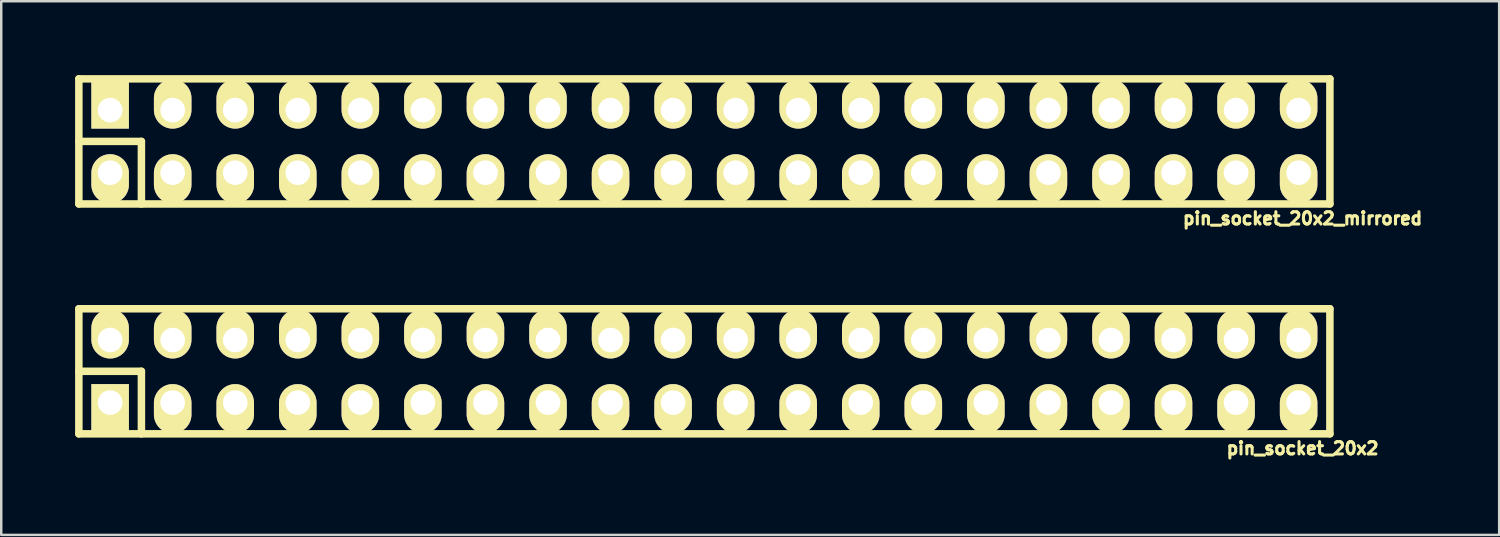
<source format=kicad_pcb>
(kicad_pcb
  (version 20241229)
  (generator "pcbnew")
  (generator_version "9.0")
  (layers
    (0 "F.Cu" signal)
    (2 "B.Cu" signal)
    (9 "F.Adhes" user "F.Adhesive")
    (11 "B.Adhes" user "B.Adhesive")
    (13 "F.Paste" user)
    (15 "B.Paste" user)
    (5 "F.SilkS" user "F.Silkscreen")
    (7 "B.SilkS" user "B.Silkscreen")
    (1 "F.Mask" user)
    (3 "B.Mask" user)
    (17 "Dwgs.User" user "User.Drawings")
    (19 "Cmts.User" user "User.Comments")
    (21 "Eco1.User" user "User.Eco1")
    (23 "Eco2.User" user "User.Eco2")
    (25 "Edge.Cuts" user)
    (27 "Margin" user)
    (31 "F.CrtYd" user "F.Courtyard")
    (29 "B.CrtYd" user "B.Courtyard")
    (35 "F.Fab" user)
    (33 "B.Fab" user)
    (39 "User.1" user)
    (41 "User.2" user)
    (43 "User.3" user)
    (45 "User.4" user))
  (footprint "pin_socket_20x2_mirrored"
    (layer "F.Cu")
    (at 25.552 2.692)
    (property "Reference" "pin_socket_20x2_mirrored" (at 24.29 3.13 0) (layer "F.SilkS") (effects (font (size 0.5 0.5) (thickness 0.125))))
    (attr through_hole)
    (fp_line (start -25.4 -2.54) (end -25.4 2.54) (stroke (width 0.305) (type solid)) (layer "F.SilkS"))
    (fp_line (start -25.4 -2.54) (end 25.4 -2.54) (stroke (width 0.305) (type solid)) (layer "F.SilkS"))
    (fp_line (start -25.4 0) (end -22.86 0) (stroke (width 0.305) (type solid)) (layer "F.SilkS"))
    (fp_line (start -22.86 0) (end -22.86 2.54) (stroke (width 0.305) (type solid)) (layer "F.SilkS"))
    (fp_line (start 25.4 2.54) (end -25.4 2.54) (stroke (width 0.305) (type solid)) (layer "F.SilkS"))
    (fp_line (start 25.4 2.54) (end 25.4 -2.54) (stroke (width 0.305) (type solid)) (layer "F.SilkS"))
    (pad "1" thru_hole rect (at -24.13 -1.27) (size 1.524 1.999) (drill 1.001 (offset 0 -0.249)) (layers "*.Cu" "*.Mask" "F.SilkS"))
    (pad "2" thru_hole oval (at -24.13 1.27) (size 1.524 1.999) (drill 1.001 (offset 0 0.249)) (layers "*.Cu" "*.Mask" "F.SilkS"))
    (pad "3" thru_hole oval (at -21.59 -1.27) (size 1.524 1.999) (drill 1.001 (offset 0 -0.249)) (layers "*.Cu" "*.Mask" "F.SilkS"))
    (pad "4" thru_hole oval (at -21.59 1.27) (size 1.524 1.999) (drill 1.001 (offset 0 0.249)) (layers "*.Cu" "*.Mask" "F.SilkS"))
    (pad "5" thru_hole oval (at -19.05 -1.27) (size 1.524 1.999) (drill 1.001 (offset 0 -0.249)) (layers "*.Cu" "*.Mask" "F.SilkS"))
    (pad "6" thru_hole oval (at -19.05 1.27) (size 1.524 1.999) (drill 1.001 (offset 0 0.249)) (layers "*.Cu" "*.Mask" "F.SilkS"))
    (pad "7" thru_hole oval (at -16.51 -1.27) (size 1.524 1.999) (drill 1.001 (offset 0 -0.249)) (layers "*.Cu" "*.Mask" "F.SilkS"))
    (pad "8" thru_hole oval (at -16.51 1.27) (size 1.524 1.999) (drill 1.001 (offset 0 0.249)) (layers "*.Cu" "*.Mask" "F.SilkS"))
    (pad "9" thru_hole oval (at -13.97 -1.27) (size 1.524 1.999) (drill 1.001 (offset 0 -0.249)) (layers "*.Cu" "*.Mask" "F.SilkS"))
    (pad "10" thru_hole oval (at -13.97 1.27) (size 1.524 1.999) (drill 1.001 (offset 0 0.249)) (layers "*.Cu" "*.Mask" "F.SilkS"))
    (pad "11" thru_hole oval (at -11.43 -1.27) (size 1.524 1.999) (drill 1.001 (offset 0 -0.249)) (layers "*.Cu" "*.Mask" "F.SilkS"))
    (pad "12" thru_hole oval (at -11.43 1.27) (size 1.524 1.999) (drill 1.001 (offset 0 0.249)) (layers "*.Cu" "*.Mask" "F.SilkS"))
    (pad "13" thru_hole oval (at -8.89 -1.27) (size 1.524 1.999) (drill 1.001 (offset 0 -0.249)) (layers "*.Cu" "*.Mask" "F.SilkS"))
    (pad "14" thru_hole oval (at -8.89 1.27) (size 1.524 1.999) (drill 1.001 (offset 0 0.249)) (layers "*.Cu" "*.Mask" "F.SilkS"))
    (pad "15" thru_hole oval (at -6.35 -1.27) (size 1.524 1.999) (drill 1.001 (offset 0 -0.249)) (layers "*.Cu" "*.Mask" "F.SilkS"))
    (pad "16" thru_hole oval (at -6.35 1.27) (size 1.524 1.999) (drill 1.001 (offset 0 0.249)) (layers "*.Cu" "*.Mask" "F.SilkS"))
    (pad "17" thru_hole oval (at -3.81 -1.27) (size 1.524 1.999) (drill 1.001 (offset 0 -0.249)) (layers "*.Cu" "*.Mask" "F.SilkS"))
    (pad "18" thru_hole oval (at -3.81 1.27) (size 1.524 1.999) (drill 1.001 (offset 0 0.249)) (layers "*.Cu" "*.Mask" "F.SilkS"))
    (pad "19" thru_hole oval (at -1.27 -1.27) (size 1.524 1.999) (drill 1.001 (offset 0 -0.249)) (layers "*.Cu" "*.Mask" "F.SilkS"))
    (pad "20" thru_hole oval (at -1.27 1.27) (size 1.524 1.999) (drill 1.001 (offset 0 0.249)) (layers "*.Cu" "*.Mask" "F.SilkS"))
    (pad "21" thru_hole oval (at 1.27 -1.27) (size 1.524 1.999) (drill 1.001 (offset 0 -0.249)) (layers "*.Cu" "*.Mask" "F.SilkS"))
    (pad "22" thru_hole oval (at 1.27 1.27) (size 1.524 1.999) (drill 1.001 (offset 0 0.249)) (layers "*.Cu" "*.Mask" "F.SilkS"))
    (pad "23" thru_hole oval (at 3.81 -1.27) (size 1.524 1.999) (drill 1.001 (offset 0 -0.249)) (layers "*.Cu" "*.Mask" "F.SilkS"))
    (pad "24" thru_hole oval (at 3.81 1.27) (size 1.524 1.999) (drill 1.001 (offset 0 0.249)) (layers "*.Cu" "*.Mask" "F.SilkS"))
    (pad "25" thru_hole oval (at 6.35 -1.27) (size 1.524 1.999) (drill 1.001 (offset 0 -0.249)) (layers "*.Cu" "*.Mask" "F.SilkS"))
    (pad "26" thru_hole oval (at 6.35 1.27) (size 1.524 1.999) (drill 1.001 (offset 0 0.249)) (layers "*.Cu" "*.Mask" "F.SilkS"))
    (pad "27" thru_hole oval (at 8.89 -1.27) (size 1.524 1.999) (drill 1.001 (offset 0 -0.249)) (layers "*.Cu" "*.Mask" "F.SilkS"))
    (pad "28" thru_hole oval (at 8.89 1.27) (size 1.524 1.999) (drill 1.001 (offset 0 0.249)) (layers "*.Cu" "*.Mask" "F.SilkS"))
    (pad "29" thru_hole oval (at 11.43 -1.27) (size 1.524 1.999) (drill 1.001 (offset 0 -0.249)) (layers "*.Cu" "*.Mask" "F.SilkS"))
    (pad "30" thru_hole oval (at 11.43 1.27) (size 1.524 1.999) (drill 1.001 (offset 0 0.249)) (layers "*.Cu" "*.Mask" "F.SilkS"))
    (pad "31" thru_hole oval (at 13.97 -1.27) (size 1.524 1.999) (drill 1.001 (offset 0 -0.249)) (layers "*.Cu" "*.Mask" "F.SilkS"))
    (pad "32" thru_hole oval (at 13.97 1.27) (size 1.524 1.999) (drill 1.001 (offset 0 0.249)) (layers "*.Cu" "*.Mask" "F.SilkS"))
    (pad "33" thru_hole oval (at 16.51 -1.27) (size 1.524 1.999) (drill 1.001 (offset 0 -0.249)) (layers "*.Cu" "*.Mask" "F.SilkS"))
    (pad "34" thru_hole oval (at 16.51 1.27) (size 1.524 1.999) (drill 1.001 (offset 0 0.249)) (layers "*.Cu" "*.Mask" "F.SilkS"))
    (pad "35" thru_hole oval (at 19.05 -1.27) (size 1.524 1.999) (drill 1.001 (offset 0 -0.249)) (layers "*.Cu" "*.Mask" "F.SilkS"))
    (pad "36" thru_hole oval (at 19.05 1.27) (size 1.524 1.999) (drill 1.001 (offset 0 0.249)) (layers "*.Cu" "*.Mask" "F.SilkS"))
    (pad "37" thru_hole oval (at 21.59 -1.27) (size 1.524 1.999) (drill 1.001 (offset 0 -0.249)) (layers "*.Cu" "*.Mask" "F.SilkS"))
    (pad "38" thru_hole oval (at 21.59 1.27) (size 1.524 1.999) (drill 1.001 (offset 0 0.249)) (layers "*.Cu" "*.Mask" "F.SilkS"))
    (pad "39" thru_hole oval (at 24.13 -1.27) (size 1.524 1.999) (drill 1.001 (offset 0 -0.249)) (layers "*.Cu" "*.Mask" "F.SilkS"))
    (pad "40" thru_hole oval (at 24.13 1.27) (size 1.524 1.999) (drill 1.001 (offset 0 0.249)) (layers "*.Cu" "*.Mask" "F.SilkS")))
  (footprint "pin_socket_20x2"
    (layer "F.Cu")
    (at 25.552 12.027)
    (property "Reference" "pin_socket_20x2" (at 24.29 3.13 0) (layer "F.SilkS") (effects (font (size 0.5 0.5) (thickness 0.125))))
    (attr through_hole)
    (fp_line (start -25.4 -2.54) (end -25.4 2.54) (stroke (width 0.305) (type solid)) (layer "F.SilkS"))
    (fp_line (start -25.4 -2.54) (end 25.4 -2.54) (stroke (width 0.305) (type solid)) (layer "F.SilkS"))
    (fp_line (start -25.4 0) (end -22.86 0) (stroke (width 0.305) (type solid)) (layer "F.SilkS"))
    (fp_line (start -22.86 0) (end -22.86 2.54) (stroke (width 0.305) (type solid)) (layer "F.SilkS"))
    (fp_line (start 25.4 2.54) (end -25.4 2.54) (stroke (width 0.305) (type solid)) (layer "F.SilkS"))
    (fp_line (start 25.4 2.54) (end 25.4 -2.54) (stroke (width 0.305) (type solid)) (layer "F.SilkS"))
    (pad "1" thru_hole rect (at -24.13 1.27) (size 1.524 1.999) (drill 1.001 (offset 0 0.249)) (layers "*.Cu" "*.Mask" "F.SilkS"))
    (pad "2" thru_hole oval (at -24.13 -1.27) (size 1.524 1.999) (drill 1.001 (offset 0 -0.249)) (layers "*.Cu" "*.Mask" "F.SilkS"))
    (pad "3" thru_hole oval (at -21.59 1.27) (size 1.524 1.999) (drill 1.001 (offset 0 0.249)) (layers "*.Cu" "*.Mask" "F.SilkS"))
    (pad "4" thru_hole oval (at -21.59 -1.27) (size 1.524 1.999) (drill 1.001 (offset 0 -0.249)) (layers "*.Cu" "*.Mask" "F.SilkS"))
    (pad "5" thru_hole oval (at -19.05 1.27) (size 1.524 1.999) (drill 1.001 (offset 0 0.249)) (layers "*.Cu" "*.Mask" "F.SilkS"))
    (pad "6" thru_hole oval (at -19.05 -1.27) (size 1.524 1.999) (drill 1.001 (offset 0 -0.249)) (layers "*.Cu" "*.Mask" "F.SilkS"))
    (pad "7" thru_hole oval (at -16.51 1.27) (size 1.524 1.999) (drill 1.001 (offset 0 0.249)) (layers "*.Cu" "*.Mask" "F.SilkS"))
    (pad "8" thru_hole oval (at -16.51 -1.27) (size 1.524 1.999) (drill 1.001 (offset 0 -0.249)) (layers "*.Cu" "*.Mask" "F.SilkS"))
    (pad "9" thru_hole oval (at -13.97 1.27) (size 1.524 1.999) (drill 1.001 (offset 0 0.249)) (layers "*.Cu" "*.Mask" "F.SilkS"))
    (pad "10" thru_hole oval (at -13.97 -1.27) (size 1.524 1.999) (drill 1.001 (offset 0 -0.249)) (layers "*.Cu" "*.Mask" "F.SilkS"))
    (pad "11" thru_hole oval (at -11.43 1.27) (size 1.524 1.999) (drill 1.001 (offset 0 0.249)) (layers "*.Cu" "*.Mask" "F.SilkS"))
    (pad "12" thru_hole oval (at -11.43 -1.27) (size 1.524 1.999) (drill 1.001 (offset 0 -0.249)) (layers "*.Cu" "*.Mask" "F.SilkS"))
    (pad "13" thru_hole oval (at -8.89 1.27) (size 1.524 1.999) (drill 1.001 (offset 0 0.249)) (layers "*.Cu" "*.Mask" "F.SilkS"))
    (pad "14" thru_hole oval (at -8.89 -1.27) (size 1.524 1.999) (drill 1.001 (offset 0 -0.249)) (layers "*.Cu" "*.Mask" "F.SilkS"))
    (pad "15" thru_hole oval (at -6.35 1.27) (size 1.524 1.999) (drill 1.001 (offset 0 0.249)) (layers "*.Cu" "*.Mask" "F.SilkS"))
    (pad "16" thru_hole oval (at -6.35 -1.27) (size 1.524 1.999) (drill 1.001 (offset 0 -0.249)) (layers "*.Cu" "*.Mask" "F.SilkS"))
    (pad "17" thru_hole oval (at -3.81 1.27) (size 1.524 1.999) (drill 1.001 (offset 0 0.249)) (layers "*.Cu" "*.Mask" "F.SilkS"))
    (pad "18" thru_hole oval (at -3.81 -1.27) (size 1.524 1.999) (drill 1.001 (offset 0 -0.249)) (layers "*.Cu" "*.Mask" "F.SilkS"))
    (pad "19" thru_hole oval (at -1.27 1.27) (size 1.524 1.999) (drill 1.001 (offset 0 0.249)) (layers "*.Cu" "*.Mask" "F.SilkS"))
    (pad "20" thru_hole oval (at -1.27 -1.27) (size 1.524 1.999) (drill 1.001 (offset 0 -0.249)) (layers "*.Cu" "*.Mask" "F.SilkS"))
    (pad "21" thru_hole oval (at 1.27 1.27) (size 1.524 1.999) (drill 1.001 (offset 0 0.249)) (layers "*.Cu" "*.Mask" "F.SilkS"))
    (pad "22" thru_hole oval (at 1.27 -1.27) (size 1.524 1.999) (drill 1.001 (offset 0 -0.249)) (layers "*.Cu" "*.Mask" "F.SilkS"))
    (pad "23" thru_hole oval (at 3.81 1.27) (size 1.524 1.999) (drill 1.001 (offset 0 0.249)) (layers "*.Cu" "*.Mask" "F.SilkS"))
    (pad "24" thru_hole oval (at 3.81 -1.27) (size 1.524 1.999) (drill 1.001 (offset 0 -0.249)) (layers "*.Cu" "*.Mask" "F.SilkS"))
    (pad "25" thru_hole oval (at 6.35 1.27) (size 1.524 1.999) (drill 1.001 (offset 0 0.249)) (layers "*.Cu" "*.Mask" "F.SilkS"))
    (pad "26" thru_hole oval (at 6.35 -1.27) (size 1.524 1.999) (drill 1.001 (offset 0 -0.249)) (layers "*.Cu" "*.Mask" "F.SilkS"))
    (pad "27" thru_hole oval (at 8.89 1.27) (size 1.524 1.999) (drill 1.001 (offset 0 0.249)) (layers "*.Cu" "*.Mask" "F.SilkS"))
    (pad "28" thru_hole oval (at 8.89 -1.27) (size 1.524 1.999) (drill 1.001 (offset 0 -0.249)) (layers "*.Cu" "*.Mask" "F.SilkS"))
    (pad "29" thru_hole oval (at 11.43 1.27) (size 1.524 1.999) (drill 1.001 (offset 0 0.249)) (layers "*.Cu" "*.Mask" "F.SilkS"))
    (pad "30" thru_hole oval (at 11.43 -1.27) (size 1.524 1.999) (drill 1.001 (offset 0 -0.249)) (layers "*.Cu" "*.Mask" "F.SilkS"))
    (pad "31" thru_hole oval (at 13.97 1.27) (size 1.524 1.999) (drill 1.001 (offset 0 0.249)) (layers "*.Cu" "*.Mask" "F.SilkS"))
    (pad "32" thru_hole oval (at 13.97 -1.27) (size 1.524 1.999) (drill 1.001 (offset 0 -0.249)) (layers "*.Cu" "*.Mask" "F.SilkS"))
    (pad "33" thru_hole oval (at 16.51 1.27) (size 1.524 1.999) (drill 1.001 (offset 0 0.249)) (layers "*.Cu" "*.Mask" "F.SilkS"))
    (pad "34" thru_hole oval (at 16.51 -1.27) (size 1.524 1.999) (drill 1.001 (offset 0 -0.249)) (layers "*.Cu" "*.Mask" "F.SilkS"))
    (pad "35" thru_hole oval (at 19.05 1.27) (size 1.524 1.999) (drill 1.001 (offset 0 0.249)) (layers "*.Cu" "*.Mask" "F.SilkS"))
    (pad "36" thru_hole oval (at 19.05 -1.27) (size 1.524 1.999) (drill 1.001 (offset 0 -0.249)) (layers "*.Cu" "*.Mask" "F.SilkS"))
    (pad "37" thru_hole oval (at 21.59 1.27) (size 1.524 1.999) (drill 1.001 (offset 0 0.249)) (layers "*.Cu" "*.Mask" "F.SilkS"))
    (pad "38" thru_hole oval (at 21.59 -1.27) (size 1.524 1.999) (drill 1.001 (offset 0 -0.249)) (layers "*.Cu" "*.Mask" "F.SilkS"))
    (pad "39" thru_hole oval (at 24.13 1.27) (size 1.524 1.999) (drill 1.001 (offset 0 0.249)) (layers "*.Cu" "*.Mask" "F.SilkS"))
    (pad "40" thru_hole oval (at 24.13 -1.27) (size 1.524 1.999) (drill 1.001 (offset 0 -0.249)) (layers "*.Cu" "*.Mask" "F.SilkS")))
  (gr_rect
    (start -3 -3)
    (end 57.825 18.669)
    (stroke (width 0.1) (type default))
    (fill no)
    (layer "Edge.Cuts")))
</source>
